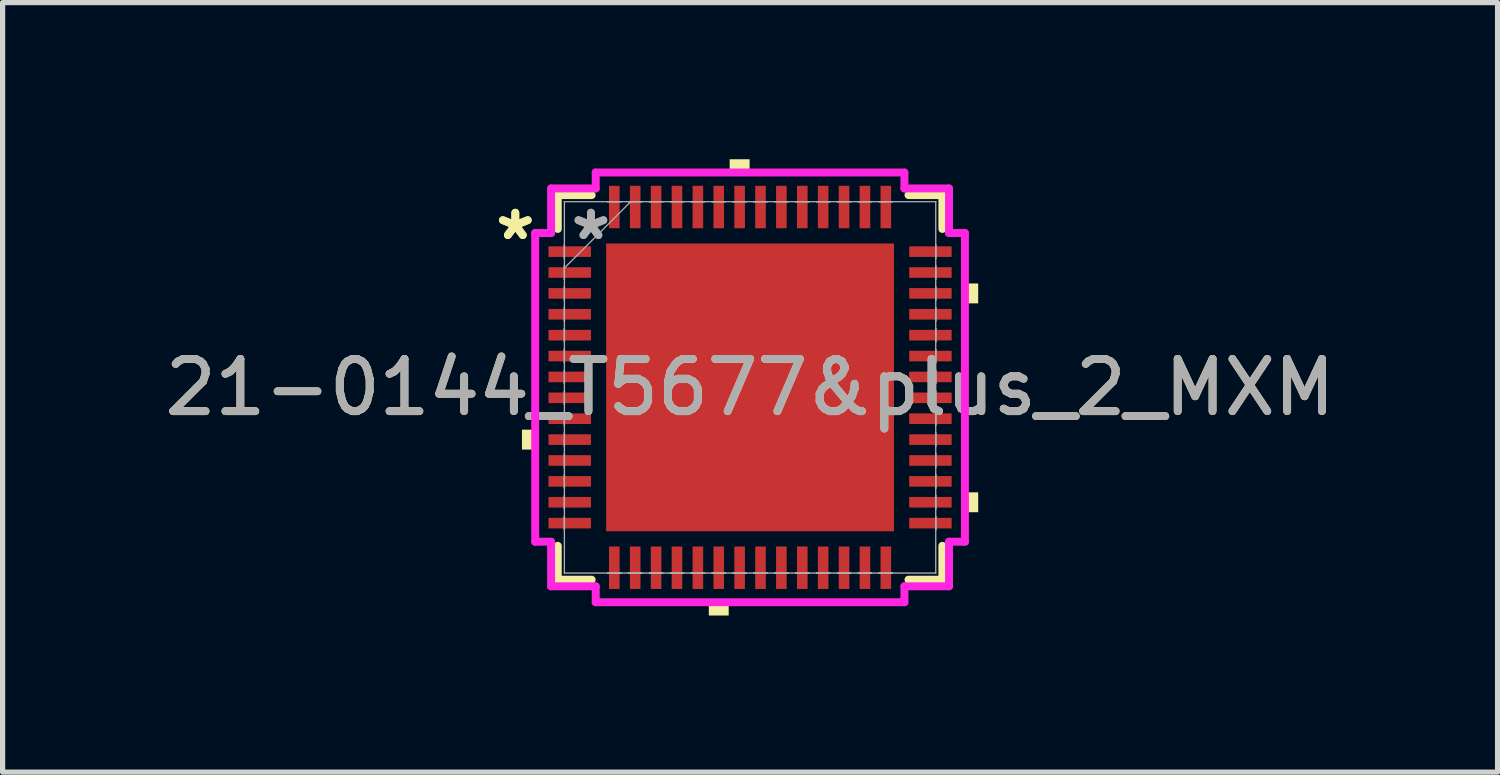
<source format=kicad_pcb>
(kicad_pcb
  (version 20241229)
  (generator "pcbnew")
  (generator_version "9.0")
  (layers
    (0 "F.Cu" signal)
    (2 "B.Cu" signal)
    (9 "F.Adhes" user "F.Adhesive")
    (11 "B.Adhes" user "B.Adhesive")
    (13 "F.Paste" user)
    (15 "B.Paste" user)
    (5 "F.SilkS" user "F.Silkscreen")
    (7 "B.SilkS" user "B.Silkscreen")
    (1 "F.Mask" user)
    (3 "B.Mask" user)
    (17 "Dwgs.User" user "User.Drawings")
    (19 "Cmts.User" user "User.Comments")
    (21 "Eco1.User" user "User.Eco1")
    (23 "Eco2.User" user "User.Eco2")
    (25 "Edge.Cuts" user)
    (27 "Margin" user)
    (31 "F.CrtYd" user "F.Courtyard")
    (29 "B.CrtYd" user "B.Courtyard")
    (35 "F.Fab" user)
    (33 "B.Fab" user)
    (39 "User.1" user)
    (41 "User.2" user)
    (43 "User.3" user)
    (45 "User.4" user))
  (footprint "21-0144_T5677&plus_2_MXM"
    (layer "F.Cu")
    (at 11.315 4.369)
    (property "Reference" "21-0144_T5677&plus_2_MXM" (at 0 0 0) (unlocked yes) (layer "F.SilkS") (effects (font (size 1 1) (thickness 0.15))))
    (attr smd)
    (fp_line (start -3.683 -3.683) (end -3.683 -3.034) (stroke (width 0.152) (type solid)) (layer "F.SilkS"))
    (fp_line (start -3.683 3.034) (end -3.683 3.683) (stroke (width 0.152) (type solid)) (layer "F.SilkS"))
    (fp_line (start -3.683 3.683) (end -3.034 3.683) (stroke (width 0.152) (type solid)) (layer "F.SilkS"))
    (fp_line (start -3.034 -3.683) (end -3.683 -3.683) (stroke (width 0.152) (type solid)) (layer "F.SilkS"))
    (fp_line (start 3.034 3.683) (end 3.683 3.683) (stroke (width 0.152) (type solid)) (layer "F.SilkS"))
    (fp_line (start 3.683 -3.683) (end 3.034 -3.683) (stroke (width 0.152) (type solid)) (layer "F.SilkS"))
    (fp_line (start 3.683 -3.034) (end 3.683 -3.683) (stroke (width 0.152) (type solid)) (layer "F.SilkS"))
    (fp_line (start 3.683 3.683) (end 3.683 3.034) (stroke (width 0.152) (type solid)) (layer "F.SilkS"))
    (fp_poly (pts (xy -4.369 0.81) (xy -4.369 1.191) (xy -4.115 1.191) (xy -4.115 0.81)) (stroke (width 0) (type solid)) (fill yes) (layer "F.SilkS"))
    (fp_poly (pts (xy -0.79 4.115) (xy -0.79 4.369) (xy -0.409 4.369) (xy -0.409 4.115)) (stroke (width 0) (type solid)) (fill yes) (layer "F.SilkS"))
    (fp_poly (pts (xy -0.391 -4.115) (xy -0.391 -4.369) (xy -0.009 -4.369) (xy -0.009 -4.115)) (stroke (width 0) (type solid)) (fill yes) (layer "F.SilkS"))
    (fp_poly (pts (xy 4.369 -1.99) (xy 4.369 -1.609) (xy 4.115 -1.609) (xy 4.115 -1.99)) (stroke (width 0) (type solid)) (fill yes) (layer "F.SilkS"))
    (fp_poly (pts (xy 4.369 2.01) (xy 4.369 2.391) (xy 4.115 2.391) (xy 4.115 2.01)) (stroke (width 0) (type solid)) (fill yes) (layer "F.SilkS"))
    (fp_poly (pts (xy -2.656 -2.656) (xy -2.656 -1.478) (xy -1.478 -1.478) (xy -1.478 -2.656)) (stroke (width 0) (type solid)) (fill yes) (layer "F.Paste"))
    (fp_poly (pts (xy -2.656 -1.278) (xy -2.656 -0.1) (xy -1.478 -0.1) (xy -1.478 -1.278)) (stroke (width 0) (type solid)) (fill yes) (layer "F.Paste"))
    (fp_poly (pts (xy -2.656 0.1) (xy -2.656 1.278) (xy -1.478 1.278) (xy -1.478 0.1)) (stroke (width 0) (type solid)) (fill yes) (layer "F.Paste"))
    (fp_poly (pts (xy -2.656 1.478) (xy -2.656 2.656) (xy -1.478 2.656) (xy -1.478 1.478)) (stroke (width 0) (type solid)) (fill yes) (layer "F.Paste"))
    (fp_poly (pts (xy -1.278 -2.656) (xy -1.278 -1.478) (xy -0.1 -1.478) (xy -0.1 -2.656)) (stroke (width 0) (type solid)) (fill yes) (layer "F.Paste"))
    (fp_poly (pts (xy -1.278 -1.278) (xy -1.278 -0.1) (xy -0.1 -0.1) (xy -0.1 -1.278)) (stroke (width 0) (type solid)) (fill yes) (layer "F.Paste"))
    (fp_poly (pts (xy -1.278 0.1) (xy -1.278 1.278) (xy -0.1 1.278) (xy -0.1 0.1)) (stroke (width 0) (type solid)) (fill yes) (layer "F.Paste"))
    (fp_poly (pts (xy -1.278 1.478) (xy -1.278 2.656) (xy -0.1 2.656) (xy -0.1 1.478)) (stroke (width 0) (type solid)) (fill yes) (layer "F.Paste"))
    (fp_poly (pts (xy 0.1 -2.656) (xy 0.1 -1.478) (xy 1.278 -1.478) (xy 1.278 -2.656)) (stroke (width 0) (type solid)) (fill yes) (layer "F.Paste"))
    (fp_poly (pts (xy 0.1 -1.278) (xy 0.1 -0.1) (xy 1.278 -0.1) (xy 1.278 -1.278)) (stroke (width 0) (type solid)) (fill yes) (layer "F.Paste"))
    (fp_poly (pts (xy 0.1 0.1) (xy 0.1 1.278) (xy 1.278 1.278) (xy 1.278 0.1)) (stroke (width 0) (type solid)) (fill yes) (layer "F.Paste"))
    (fp_poly (pts (xy 0.1 1.478) (xy 0.1 2.656) (xy 1.278 2.656) (xy 1.278 1.478)) (stroke (width 0) (type solid)) (fill yes) (layer "F.Paste"))
    (fp_poly (pts (xy 1.478 -2.656) (xy 1.478 -1.478) (xy 2.656 -1.478) (xy 2.656 -2.656)) (stroke (width 0) (type solid)) (fill yes) (layer "F.Paste"))
    (fp_poly (pts (xy 1.478 -1.278) (xy 1.478 -0.1) (xy 2.656 -0.1) (xy 2.656 -1.278)) (stroke (width 0) (type solid)) (fill yes) (layer "F.Paste"))
    (fp_poly (pts (xy 1.478 0.1) (xy 1.478 1.278) (xy 2.656 1.278) (xy 2.656 0.1)) (stroke (width 0) (type solid)) (fill yes) (layer "F.Paste"))
    (fp_poly (pts (xy 1.478 1.478) (xy 1.478 2.656) (xy 2.656 2.656) (xy 2.656 1.478)) (stroke (width 0) (type solid)) (fill yes) (layer "F.Paste"))
    (fp_line (start -4.115 -2.956) (end -3.81 -2.956) (stroke (width 0.152) (type solid)) (layer "F.CrtYd"))
    (fp_line (start -4.115 2.956) (end -4.115 -2.956) (stroke (width 0.152) (type solid)) (layer "F.CrtYd"))
    (fp_line (start -3.81 -3.81) (end -2.956 -3.81) (stroke (width 0.152) (type solid)) (layer "F.CrtYd"))
    (fp_line (start -3.81 -2.956) (end -3.81 -3.81) (stroke (width 0.152) (type solid)) (layer "F.CrtYd"))
    (fp_line (start -3.81 2.956) (end -4.115 2.956) (stroke (width 0.152) (type solid)) (layer "F.CrtYd"))
    (fp_line (start -3.81 3.81) (end -3.81 2.956) (stroke (width 0.152) (type solid)) (layer "F.CrtYd"))
    (fp_line (start -2.956 -4.115) (end 2.956 -4.115) (stroke (width 0.152) (type solid)) (layer "F.CrtYd"))
    (fp_line (start -2.956 -3.81) (end -2.956 -4.115) (stroke (width 0.152) (type solid)) (layer "F.CrtYd"))
    (fp_line (start -2.956 3.81) (end -3.81 3.81) (stroke (width 0.152) (type solid)) (layer "F.CrtYd"))
    (fp_line (start -2.956 4.115) (end -2.956 3.81) (stroke (width 0.152) (type solid)) (layer "F.CrtYd"))
    (fp_line (start 2.956 -4.115) (end 2.956 -3.81) (stroke (width 0.152) (type solid)) (layer "F.CrtYd"))
    (fp_line (start 2.956 -3.81) (end 3.81 -3.81) (stroke (width 0.152) (type solid)) (layer "F.CrtYd"))
    (fp_line (start 2.956 3.81) (end 2.956 4.115) (stroke (width 0.152) (type solid)) (layer "F.CrtYd"))
    (fp_line (start 2.956 4.115) (end -2.956 4.115) (stroke (width 0.152) (type solid)) (layer "F.CrtYd"))
    (fp_line (start 3.81 -3.81) (end 3.81 -2.956) (stroke (width 0.152) (type solid)) (layer "F.CrtYd"))
    (fp_line (start 3.81 -2.956) (end 4.115 -2.956) (stroke (width 0.152) (type solid)) (layer "F.CrtYd"))
    (fp_line (start 3.81 2.956) (end 3.81 3.81) (stroke (width 0.152) (type solid)) (layer "F.CrtYd"))
    (fp_line (start 3.81 3.81) (end 2.956 3.81) (stroke (width 0.152) (type solid)) (layer "F.CrtYd"))
    (fp_line (start 4.115 -2.956) (end 4.115 2.956) (stroke (width 0.152) (type solid)) (layer "F.CrtYd"))
    (fp_line (start 4.115 2.956) (end 3.81 2.956) (stroke (width 0.152) (type solid)) (layer "F.CrtYd"))
    (fp_line (start -3.556 -3.556) (end -3.556 -3.556) (stroke (width 0.025) (type solid)) (layer "F.Fab"))
    (fp_line (start -3.556 -3.556) (end -3.556 3.556) (stroke (width 0.025) (type solid)) (layer "F.Fab"))
    (fp_line (start -3.556 -2.727) (end -3.556 -2.727) (stroke (width 0.025) (type solid)) (layer "F.Fab"))
    (fp_line (start -3.556 -2.727) (end -3.556 -2.473) (stroke (width 0.025) (type solid)) (layer "F.Fab"))
    (fp_line (start -3.556 -2.473) (end -3.556 -2.727) (stroke (width 0.025) (type solid)) (layer "F.Fab"))
    (fp_line (start -3.556 -2.473) (end -3.556 -2.473) (stroke (width 0.025) (type solid)) (layer "F.Fab"))
    (fp_line (start -3.556 -2.327) (end -3.556 -2.327) (stroke (width 0.025) (type solid)) (layer "F.Fab"))
    (fp_line (start -3.556 -2.327) (end -3.556 -2.073) (stroke (width 0.025) (type solid)) (layer "F.Fab"))
    (fp_line (start -3.556 -2.286) (end -2.286 -3.556) (stroke (width 0.025) (type solid)) (layer "F.Fab"))
    (fp_line (start -3.556 -2.073) (end -3.556 -2.327) (stroke (width 0.025) (type solid)) (layer "F.Fab"))
    (fp_line (start -3.556 -2.073) (end -3.556 -2.073) (stroke (width 0.025) (type solid)) (layer "F.Fab"))
    (fp_line (start -3.556 -1.927) (end -3.556 -1.927) (stroke (width 0.025) (type solid)) (layer "F.Fab"))
    (fp_line (start -3.556 -1.927) (end -3.556 -1.673) (stroke (width 0.025) (type solid)) (layer "F.Fab"))
    (fp_line (start -3.556 -1.673) (end -3.556 -1.927) (stroke (width 0.025) (type solid)) (layer "F.Fab"))
    (fp_line (start -3.556 -1.673) (end -3.556 -1.673) (stroke (width 0.025) (type solid)) (layer "F.Fab"))
    (fp_line (start -3.556 -1.527) (end -3.556 -1.527) (stroke (width 0.025) (type solid)) (layer "F.Fab"))
    (fp_line (start -3.556 -1.527) (end -3.556 -1.273) (stroke (width 0.025) (type solid)) (layer "F.Fab"))
    (fp_line (start -3.556 -1.273) (end -3.556 -1.527) (stroke (width 0.025) (type solid)) (layer "F.Fab"))
    (fp_line (start -3.556 -1.273) (end -3.556 -1.273) (stroke (width 0.025) (type solid)) (layer "F.Fab"))
    (fp_line (start -3.556 -1.127) (end -3.556 -1.127) (stroke (width 0.025) (type solid)) (layer "F.Fab"))
    (fp_line (start -3.556 -1.127) (end -3.556 -0.873) (stroke (width 0.025) (type solid)) (layer "F.Fab"))
    (fp_line (start -3.556 -0.873) (end -3.556 -1.127) (stroke (width 0.025) (type solid)) (layer "F.Fab"))
    (fp_line (start -3.556 -0.873) (end -3.556 -0.873) (stroke (width 0.025) (type solid)) (layer "F.Fab"))
    (fp_line (start -3.556 -0.727) (end -3.556 -0.727) (stroke (width 0.025) (type solid)) (layer "F.Fab"))
    (fp_line (start -3.556 -0.727) (end -3.556 -0.473) (stroke (width 0.025) (type solid)) (layer "F.Fab"))
    (fp_line (start -3.556 -0.473) (end -3.556 -0.727) (stroke (width 0.025) (type solid)) (layer "F.Fab"))
    (fp_line (start -3.556 -0.473) (end -3.556 -0.473) (stroke (width 0.025) (type solid)) (layer "F.Fab"))
    (fp_line (start -3.556 -0.327) (end -3.556 -0.327) (stroke (width 0.025) (type solid)) (layer "F.Fab"))
    (fp_line (start -3.556 -0.327) (end -3.556 -0.073) (stroke (width 0.025) (type solid)) (layer "F.Fab"))
    (fp_line (start -3.556 -0.073) (end -3.556 -0.327) (stroke (width 0.025) (type solid)) (layer "F.Fab"))
    (fp_line (start -3.556 -0.073) (end -3.556 -0.073) (stroke (width 0.025) (type solid)) (layer "F.Fab"))
    (fp_line (start -3.556 0.073) (end -3.556 0.073) (stroke (width 0.025) (type solid)) (layer "F.Fab"))
    (fp_line (start -3.556 0.073) (end -3.556 0.327) (stroke (width 0.025) (type solid)) (layer "F.Fab"))
    (fp_line (start -3.556 0.327) (end -3.556 0.073) (stroke (width 0.025) (type solid)) (layer "F.Fab"))
    (fp_line (start -3.556 0.327) (end -3.556 0.327) (stroke (width 0.025) (type solid)) (layer "F.Fab"))
    (fp_line (start -3.556 0.473) (end -3.556 0.473) (stroke (width 0.025) (type solid)) (layer "F.Fab"))
    (fp_line (start -3.556 0.473) (end -3.556 0.727) (stroke (width 0.025) (type solid)) (layer "F.Fab"))
    (fp_line (start -3.556 0.727) (end -3.556 0.473) (stroke (width 0.025) (type solid)) (layer "F.Fab"))
    (fp_line (start -3.556 0.727) (end -3.556 0.727) (stroke (width 0.025) (type solid)) (layer "F.Fab"))
    (fp_line (start -3.556 0.873) (end -3.556 0.873) (stroke (width 0.025) (type solid)) (layer "F.Fab"))
    (fp_line (start -3.556 0.873) (end -3.556 1.127) (stroke (width 0.025) (type solid)) (layer "F.Fab"))
    (fp_line (start -3.556 1.127) (end -3.556 0.873) (stroke (width 0.025) (type solid)) (layer "F.Fab"))
    (fp_line (start -3.556 1.127) (end -3.556 1.127) (stroke (width 0.025) (type solid)) (layer "F.Fab"))
    (fp_line (start -3.556 1.273) (end -3.556 1.273) (stroke (width 0.025) (type solid)) (layer "F.Fab"))
    (fp_line (start -3.556 1.273) (end -3.556 1.527) (stroke (width 0.025) (type solid)) (layer "F.Fab"))
    (fp_line (start -3.556 1.527) (end -3.556 1.273) (stroke (width 0.025) (type solid)) (layer "F.Fab"))
    (fp_line (start -3.556 1.527) (end -3.556 1.527) (stroke (width 0.025) (type solid)) (layer "F.Fab"))
    (fp_line (start -3.556 1.673) (end -3.556 1.673) (stroke (width 0.025) (type solid)) (layer "F.Fab"))
    (fp_line (start -3.556 1.673) (end -3.556 1.927) (stroke (width 0.025) (type solid)) (layer "F.Fab"))
    (fp_line (start -3.556 1.927) (end -3.556 1.673) (stroke (width 0.025) (type solid)) (layer "F.Fab"))
    (fp_line (start -3.556 1.927) (end -3.556 1.927) (stroke (width 0.025) (type solid)) (layer "F.Fab"))
    (fp_line (start -3.556 2.073) (end -3.556 2.073) (stroke (width 0.025) (type solid)) (layer "F.Fab"))
    (fp_line (start -3.556 2.073) (end -3.556 2.327) (stroke (width 0.025) (type solid)) (layer "F.Fab"))
    (fp_line (start -3.556 2.327) (end -3.556 2.073) (stroke (width 0.025) (type solid)) (layer "F.Fab"))
    (fp_line (start -3.556 2.327) (end -3.556 2.327) (stroke (width 0.025) (type solid)) (layer "F.Fab"))
    (fp_line (start -3.556 2.473) (end -3.556 2.473) (stroke (width 0.025) (type solid)) (layer "F.Fab"))
    (fp_line (start -3.556 2.473) (end -3.556 2.727) (stroke (width 0.025) (type solid)) (layer "F.Fab"))
    (fp_line (start -3.556 2.727) (end -3.556 2.473) (stroke (width 0.025) (type solid)) (layer "F.Fab"))
    (fp_line (start -3.556 2.727) (end -3.556 2.727) (stroke (width 0.025) (type solid)) (layer "F.Fab"))
    (fp_line (start -3.556 3.556) (end -3.556 3.556) (stroke (width 0.025) (type solid)) (layer "F.Fab"))
    (fp_line (start -3.556 3.556) (end 3.556 3.556) (stroke (width 0.025) (type solid)) (layer "F.Fab"))
    (fp_line (start -2.727 -3.556) (end -2.727 -3.556) (stroke (width 0.025) (type solid)) (layer "F.Fab"))
    (fp_line (start -2.727 -3.556) (end -2.473 -3.556) (stroke (width 0.025) (type solid)) (layer "F.Fab"))
    (fp_line (start -2.727 3.556) (end -2.727 3.556) (stroke (width 0.025) (type solid)) (layer "F.Fab"))
    (fp_line (start -2.727 3.556) (end -2.473 3.556) (stroke (width 0.025) (type solid)) (layer "F.Fab"))
    (fp_line (start -2.473 -3.556) (end -2.727 -3.556) (stroke (width 0.025) (type solid)) (layer "F.Fab"))
    (fp_line (start -2.473 -3.556) (end -2.473 -3.556) (stroke (width 0.025) (type solid)) (layer "F.Fab"))
    (fp_line (start -2.473 3.556) (end -2.727 3.556) (stroke (width 0.025) (type solid)) (layer "F.Fab"))
    (fp_line (start -2.473 3.556) (end -2.473 3.556) (stroke (width 0.025) (type solid)) (layer "F.Fab"))
    (fp_line (start -2.327 -3.556) (end -2.327 -3.556) (stroke (width 0.025) (type solid)) (layer "F.Fab"))
    (fp_line (start -2.327 -3.556) (end -2.073 -3.556) (stroke (width 0.025) (type solid)) (layer "F.Fab"))
    (fp_line (start -2.327 3.556) (end -2.327 3.556) (stroke (width 0.025) (type solid)) (layer "F.Fab"))
    (fp_line (start -2.327 3.556) (end -2.073 3.556) (stroke (width 0.025) (type solid)) (layer "F.Fab"))
    (fp_line (start -2.073 -3.556) (end -2.327 -3.556) (stroke (width 0.025) (type solid)) (layer "F.Fab"))
    (fp_line (start -2.073 -3.556) (end -2.073 -3.556) (stroke (width 0.025) (type solid)) (layer "F.Fab"))
    (fp_line (start -2.073 3.556) (end -2.327 3.556) (stroke (width 0.025) (type solid)) (layer "F.Fab"))
    (fp_line (start -2.073 3.556) (end -2.073 3.556) (stroke (width 0.025) (type solid)) (layer "F.Fab"))
    (fp_line (start -1.927 -3.556) (end -1.927 -3.556) (stroke (width 0.025) (type solid)) (layer "F.Fab"))
    (fp_line (start -1.927 -3.556) (end -1.673 -3.556) (stroke (width 0.025) (type solid)) (layer "F.Fab"))
    (fp_line (start -1.927 3.556) (end -1.927 3.556) (stroke (width 0.025) (type solid)) (layer "F.Fab"))
    (fp_line (start -1.927 3.556) (end -1.673 3.556) (stroke (width 0.025) (type solid)) (layer "F.Fab"))
    (fp_line (start -1.673 -3.556) (end -1.927 -3.556) (stroke (width 0.025) (type solid)) (layer "F.Fab"))
    (fp_line (start -1.673 -3.556) (end -1.673 -3.556) (stroke (width 0.025) (type solid)) (layer "F.Fab"))
    (fp_line (start -1.673 3.556) (end -1.927 3.556) (stroke (width 0.025) (type solid)) (layer "F.Fab"))
    (fp_line (start -1.673 3.556) (end -1.673 3.556) (stroke (width 0.025) (type solid)) (layer "F.Fab"))
    (fp_line (start -1.527 -3.556) (end -1.527 -3.556) (stroke (width 0.025) (type solid)) (layer "F.Fab"))
    (fp_line (start -1.527 -3.556) (end -1.273 -3.556) (stroke (width 0.025) (type solid)) (layer "F.Fab"))
    (fp_line (start -1.527 3.556) (end -1.527 3.556) (stroke (width 0.025) (type solid)) (layer "F.Fab"))
    (fp_line (start -1.527 3.556) (end -1.273 3.556) (stroke (width 0.025) (type solid)) (layer "F.Fab"))
    (fp_line (start -1.273 -3.556) (end -1.527 -3.556) (stroke (width 0.025) (type solid)) (layer "F.Fab"))
    (fp_line (start -1.273 -3.556) (end -1.273 -3.556) (stroke (width 0.025) (type solid)) (layer "F.Fab"))
    (fp_line (start -1.273 3.556) (end -1.527 3.556) (stroke (width 0.025) (type solid)) (layer "F.Fab"))
    (fp_line (start -1.273 3.556) (end -1.273 3.556) (stroke (width 0.025) (type solid)) (layer "F.Fab"))
    (fp_line (start -1.127 -3.556) (end -1.127 -3.556) (stroke (width 0.025) (type solid)) (layer "F.Fab"))
    (fp_line (start -1.127 -3.556) (end -0.873 -3.556) (stroke (width 0.025) (type solid)) (layer "F.Fab"))
    (fp_line (start -1.127 3.556) (end -1.127 3.556) (stroke (width 0.025) (type solid)) (layer "F.Fab"))
    (fp_line (start -1.127 3.556) (end -0.873 3.556) (stroke (width 0.025) (type solid)) (layer "F.Fab"))
    (fp_line (start -0.873 -3.556) (end -1.127 -3.556) (stroke (width 0.025) (type solid)) (layer "F.Fab"))
    (fp_line (start -0.873 -3.556) (end -0.873 -3.556) (stroke (width 0.025) (type solid)) (layer "F.Fab"))
    (fp_line (start -0.873 3.556) (end -1.127 3.556) (stroke (width 0.025) (type solid)) (layer "F.Fab"))
    (fp_line (start -0.873 3.556) (end -0.873 3.556) (stroke (width 0.025) (type solid)) (layer "F.Fab"))
    (fp_line (start -0.727 -3.556) (end -0.727 -3.556) (stroke (width 0.025) (type solid)) (layer "F.Fab"))
    (fp_line (start -0.727 -3.556) (end -0.473 -3.556) (stroke (width 0.025) (type solid)) (layer "F.Fab"))
    (fp_line (start -0.727 3.556) (end -0.727 3.556) (stroke (width 0.025) (type solid)) (layer "F.Fab"))
    (fp_line (start -0.727 3.556) (end -0.473 3.556) (stroke (width 0.025) (type solid)) (layer "F.Fab"))
    (fp_line (start -0.473 -3.556) (end -0.727 -3.556) (stroke (width 0.025) (type solid)) (layer "F.Fab"))
    (fp_line (start -0.473 -3.556) (end -0.473 -3.556) (stroke (width 0.025) (type solid)) (layer "F.Fab"))
    (fp_line (start -0.473 3.556) (end -0.727 3.556) (stroke (width 0.025) (type solid)) (layer "F.Fab"))
    (fp_line (start -0.473 3.556) (end -0.473 3.556) (stroke (width 0.025) (type solid)) (layer "F.Fab"))
    (fp_line (start -0.327 -3.556) (end -0.327 -3.556) (stroke (width 0.025) (type solid)) (layer "F.Fab"))
    (fp_line (start -0.327 -3.556) (end -0.073 -3.556) (stroke (width 0.025) (type solid)) (layer "F.Fab"))
    (fp_line (start -0.327 3.556) (end -0.327 3.556) (stroke (width 0.025) (type solid)) (layer "F.Fab"))
    (fp_line (start -0.327 3.556) (end -0.073 3.556) (stroke (width 0.025) (type solid)) (layer "F.Fab"))
    (fp_line (start -0.073 -3.556) (end -0.327 -3.556) (stroke (width 0.025) (type solid)) (layer "F.Fab"))
    (fp_line (start -0.073 -3.556) (end -0.073 -3.556) (stroke (width 0.025) (type solid)) (layer "F.Fab"))
    (fp_line (start -0.073 3.556) (end -0.327 3.556) (stroke (width 0.025) (type solid)) (layer "F.Fab"))
    (fp_line (start -0.073 3.556) (end -0.073 3.556) (stroke (width 0.025) (type solid)) (layer "F.Fab"))
    (fp_line (start 0.073 -3.556) (end 0.073 -3.556) (stroke (width 0.025) (type solid)) (layer "F.Fab"))
    (fp_line (start 0.073 -3.556) (end 0.327 -3.556) (stroke (width 0.025) (type solid)) (layer "F.Fab"))
    (fp_line (start 0.073 3.556) (end 0.073 3.556) (stroke (width 0.025) (type solid)) (layer "F.Fab"))
    (fp_line (start 0.073 3.556) (end 0.327 3.556) (stroke (width 0.025) (type solid)) (layer "F.Fab"))
    (fp_line (start 0.327 -3.556) (end 0.073 -3.556) (stroke (width 0.025) (type solid)) (layer "F.Fab"))
    (fp_line (start 0.327 -3.556) (end 0.327 -3.556) (stroke (width 0.025) (type solid)) (layer "F.Fab"))
    (fp_line (start 0.327 3.556) (end 0.073 3.556) (stroke (width 0.025) (type solid)) (layer "F.Fab"))
    (fp_line (start 0.327 3.556) (end 0.327 3.556) (stroke (width 0.025) (type solid)) (layer "F.Fab"))
    (fp_line (start 0.473 -3.556) (end 0.473 -3.556) (stroke (width 0.025) (type solid)) (layer "F.Fab"))
    (fp_line (start 0.473 -3.556) (end 0.727 -3.556) (stroke (width 0.025) (type solid)) (layer "F.Fab"))
    (fp_line (start 0.473 3.556) (end 0.473 3.556) (stroke (width 0.025) (type solid)) (layer "F.Fab"))
    (fp_line (start 0.473 3.556) (end 0.727 3.556) (stroke (width 0.025) (type solid)) (layer "F.Fab"))
    (fp_line (start 0.727 -3.556) (end 0.473 -3.556) (stroke (width 0.025) (type solid)) (layer "F.Fab"))
    (fp_line (start 0.727 -3.556) (end 0.727 -3.556) (stroke (width 0.025) (type solid)) (layer "F.Fab"))
    (fp_line (start 0.727 3.556) (end 0.473 3.556) (stroke (width 0.025) (type solid)) (layer "F.Fab"))
    (fp_line (start 0.727 3.556) (end 0.727 3.556) (stroke (width 0.025) (type solid)) (layer "F.Fab"))
    (fp_line (start 0.873 -3.556) (end 0.873 -3.556) (stroke (width 0.025) (type solid)) (layer "F.Fab"))
    (fp_line (start 0.873 -3.556) (end 1.127 -3.556) (stroke (width 0.025) (type solid)) (layer "F.Fab"))
    (fp_line (start 0.873 3.556) (end 0.873 3.556) (stroke (width 0.025) (type solid)) (layer "F.Fab"))
    (fp_line (start 0.873 3.556) (end 1.127 3.556) (stroke (width 0.025) (type solid)) (layer "F.Fab"))
    (fp_line (start 1.127 -3.556) (end 0.873 -3.556) (stroke (width 0.025) (type solid)) (layer "F.Fab"))
    (fp_line (start 1.127 -3.556) (end 1.127 -3.556) (stroke (width 0.025) (type solid)) (layer "F.Fab"))
    (fp_line (start 1.127 3.556) (end 0.873 3.556) (stroke (width 0.025) (type solid)) (layer "F.Fab"))
    (fp_line (start 1.127 3.556) (end 1.127 3.556) (stroke (width 0.025) (type solid)) (layer "F.Fab"))
    (fp_line (start 1.273 -3.556) (end 1.273 -3.556) (stroke (width 0.025) (type solid)) (layer "F.Fab"))
    (fp_line (start 1.273 -3.556) (end 1.527 -3.556) (stroke (width 0.025) (type solid)) (layer "F.Fab"))
    (fp_line (start 1.273 3.556) (end 1.273 3.556) (stroke (width 0.025) (type solid)) (layer "F.Fab"))
    (fp_line (start 1.273 3.556) (end 1.527 3.556) (stroke (width 0.025) (type solid)) (layer "F.Fab"))
    (fp_line (start 1.527 -3.556) (end 1.273 -3.556) (stroke (width 0.025) (type solid)) (layer "F.Fab"))
    (fp_line (start 1.527 -3.556) (end 1.527 -3.556) (stroke (width 0.025) (type solid)) (layer "F.Fab"))
    (fp_line (start 1.527 3.556) (end 1.273 3.556) (stroke (width 0.025) (type solid)) (layer "F.Fab"))
    (fp_line (start 1.527 3.556) (end 1.527 3.556) (stroke (width 0.025) (type solid)) (layer "F.Fab"))
    (fp_line (start 1.673 -3.556) (end 1.673 -3.556) (stroke (width 0.025) (type solid)) (layer "F.Fab"))
    (fp_line (start 1.673 -3.556) (end 1.927 -3.556) (stroke (width 0.025) (type solid)) (layer "F.Fab"))
    (fp_line (start 1.673 3.556) (end 1.673 3.556) (stroke (width 0.025) (type solid)) (layer "F.Fab"))
    (fp_line (start 1.673 3.556) (end 1.927 3.556) (stroke (width 0.025) (type solid)) (layer "F.Fab"))
    (fp_line (start 1.927 -3.556) (end 1.673 -3.556) (stroke (width 0.025) (type solid)) (layer "F.Fab"))
    (fp_line (start 1.927 -3.556) (end 1.927 -3.556) (stroke (width 0.025) (type solid)) (layer "F.Fab"))
    (fp_line (start 1.927 3.556) (end 1.673 3.556) (stroke (width 0.025) (type solid)) (layer "F.Fab"))
    (fp_line (start 1.927 3.556) (end 1.927 3.556) (stroke (width 0.025) (type solid)) (layer "F.Fab"))
    (fp_line (start 2.073 -3.556) (end 2.073 -3.556) (stroke (width 0.025) (type solid)) (layer "F.Fab"))
    (fp_line (start 2.073 -3.556) (end 2.327 -3.556) (stroke (width 0.025) (type solid)) (layer "F.Fab"))
    (fp_line (start 2.073 3.556) (end 2.073 3.556) (stroke (width 0.025) (type solid)) (layer "F.Fab"))
    (fp_line (start 2.073 3.556) (end 2.327 3.556) (stroke (width 0.025) (type solid)) (layer "F.Fab"))
    (fp_line (start 2.327 -3.556) (end 2.073 -3.556) (stroke (width 0.025) (type solid)) (layer "F.Fab"))
    (fp_line (start 2.327 -3.556) (end 2.327 -3.556) (stroke (width 0.025) (type solid)) (layer "F.Fab"))
    (fp_line (start 2.327 3.556) (end 2.073 3.556) (stroke (width 0.025) (type solid)) (layer "F.Fab"))
    (fp_line (start 2.327 3.556) (end 2.327 3.556) (stroke (width 0.025) (type solid)) (layer "F.Fab"))
    (fp_line (start 2.473 -3.556) (end 2.473 -3.556) (stroke (width 0.025) (type solid)) (layer "F.Fab"))
    (fp_line (start 2.473 -3.556) (end 2.727 -3.556) (stroke (width 0.025) (type solid)) (layer "F.Fab"))
    (fp_line (start 2.473 3.556) (end 2.473 3.556) (stroke (width 0.025) (type solid)) (layer "F.Fab"))
    (fp_line (start 2.473 3.556) (end 2.727 3.556) (stroke (width 0.025) (type solid)) (layer "F.Fab"))
    (fp_line (start 2.727 -3.556) (end 2.473 -3.556) (stroke (width 0.025) (type solid)) (layer "F.Fab"))
    (fp_line (start 2.727 -3.556) (end 2.727 -3.556) (stroke (width 0.025) (type solid)) (layer "F.Fab"))
    (fp_line (start 2.727 3.556) (end 2.473 3.556) (stroke (width 0.025) (type solid)) (layer "F.Fab"))
    (fp_line (start 2.727 3.556) (end 2.727 3.556) (stroke (width 0.025) (type solid)) (layer "F.Fab"))
    (fp_line (start 3.556 -3.556) (end -3.556 -3.556) (stroke (width 0.025) (type solid)) (layer "F.Fab"))
    (fp_line (start 3.556 -3.556) (end 3.556 -3.556) (stroke (width 0.025) (type solid)) (layer "F.Fab"))
    (fp_line (start 3.556 -2.727) (end 3.556 -2.727) (stroke (width 0.025) (type solid)) (layer "F.Fab"))
    (fp_line (start 3.556 -2.727) (end 3.556 -2.473) (stroke (width 0.025) (type solid)) (layer "F.Fab"))
    (fp_line (start 3.556 -2.473) (end 3.556 -2.727) (stroke (width 0.025) (type solid)) (layer "F.Fab"))
    (fp_line (start 3.556 -2.473) (end 3.556 -2.473) (stroke (width 0.025) (type solid)) (layer "F.Fab"))
    (fp_line (start 3.556 -2.327) (end 3.556 -2.327) (stroke (width 0.025) (type solid)) (layer "F.Fab"))
    (fp_line (start 3.556 -2.327) (end 3.556 -2.073) (stroke (width 0.025) (type solid)) (layer "F.Fab"))
    (fp_line (start 3.556 -2.073) (end 3.556 -2.327) (stroke (width 0.025) (type solid)) (layer "F.Fab"))
    (fp_line (start 3.556 -2.073) (end 3.556 -2.073) (stroke (width 0.025) (type solid)) (layer "F.Fab"))
    (fp_line (start 3.556 -1.927) (end 3.556 -1.927) (stroke (width 0.025) (type solid)) (layer "F.Fab"))
    (fp_line (start 3.556 -1.927) (end 3.556 -1.673) (stroke (width 0.025) (type solid)) (layer "F.Fab"))
    (fp_line (start 3.556 -1.673) (end 3.556 -1.927) (stroke (width 0.025) (type solid)) (layer "F.Fab"))
    (fp_line (start 3.556 -1.673) (end 3.556 -1.673) (stroke (width 0.025) (type solid)) (layer "F.Fab"))
    (fp_line (start 3.556 -1.527) (end 3.556 -1.527) (stroke (width 0.025) (type solid)) (layer "F.Fab"))
    (fp_line (start 3.556 -1.527) (end 3.556 -1.273) (stroke (width 0.025) (type solid)) (layer "F.Fab"))
    (fp_line (start 3.556 -1.273) (end 3.556 -1.527) (stroke (width 0.025) (type solid)) (layer "F.Fab"))
    (fp_line (start 3.556 -1.273) (end 3.556 -1.273) (stroke (width 0.025) (type solid)) (layer "F.Fab"))
    (fp_line (start 3.556 -1.127) (end 3.556 -1.127) (stroke (width 0.025) (type solid)) (layer "F.Fab"))
    (fp_line (start 3.556 -1.127) (end 3.556 -0.873) (stroke (width 0.025) (type solid)) (layer "F.Fab"))
    (fp_line (start 3.556 -0.873) (end 3.556 -1.127) (stroke (width 0.025) (type solid)) (layer "F.Fab"))
    (fp_line (start 3.556 -0.873) (end 3.556 -0.873) (stroke (width 0.025) (type solid)) (layer "F.Fab"))
    (fp_line (start 3.556 -0.727) (end 3.556 -0.727) (stroke (width 0.025) (type solid)) (layer "F.Fab"))
    (fp_line (start 3.556 -0.727) (end 3.556 -0.473) (stroke (width 0.025) (type solid)) (layer "F.Fab"))
    (fp_line (start 3.556 -0.473) (end 3.556 -0.727) (stroke (width 0.025) (type solid)) (layer "F.Fab"))
    (fp_line (start 3.556 -0.473) (end 3.556 -0.473) (stroke (width 0.025) (type solid)) (layer "F.Fab"))
    (fp_line (start 3.556 -0.327) (end 3.556 -0.327) (stroke (width 0.025) (type solid)) (layer "F.Fab"))
    (fp_line (start 3.556 -0.327) (end 3.556 -0.073) (stroke (width 0.025) (type solid)) (layer "F.Fab"))
    (fp_line (start 3.556 -0.073) (end 3.556 -0.327) (stroke (width 0.025) (type solid)) (layer "F.Fab"))
    (fp_line (start 3.556 -0.073) (end 3.556 -0.073) (stroke (width 0.025) (type solid)) (layer "F.Fab"))
    (fp_line (start 3.556 0.073) (end 3.556 0.073) (stroke (width 0.025) (type solid)) (layer "F.Fab"))
    (fp_line (start 3.556 0.073) (end 3.556 0.327) (stroke (width 0.025) (type solid)) (layer "F.Fab"))
    (fp_line (start 3.556 0.327) (end 3.556 0.073) (stroke (width 0.025) (type solid)) (layer "F.Fab"))
    (fp_line (start 3.556 0.327) (end 3.556 0.327) (stroke (width 0.025) (type solid)) (layer "F.Fab"))
    (fp_line (start 3.556 0.473) (end 3.556 0.473) (stroke (width 0.025) (type solid)) (layer "F.Fab"))
    (fp_line (start 3.556 0.473) (end 3.556 0.727) (stroke (width 0.025) (type solid)) (layer "F.Fab"))
    (fp_line (start 3.556 0.727) (end 3.556 0.473) (stroke (width 0.025) (type solid)) (layer "F.Fab"))
    (fp_line (start 3.556 0.727) (end 3.556 0.727) (stroke (width 0.025) (type solid)) (layer "F.Fab"))
    (fp_line (start 3.556 0.873) (end 3.556 0.873) (stroke (width 0.025) (type solid)) (layer "F.Fab"))
    (fp_line (start 3.556 0.873) (end 3.556 1.127) (stroke (width 0.025) (type solid)) (layer "F.Fab"))
    (fp_line (start 3.556 1.127) (end 3.556 0.873) (stroke (width 0.025) (type solid)) (layer "F.Fab"))
    (fp_line (start 3.556 1.127) (end 3.556 1.127) (stroke (width 0.025) (type solid)) (layer "F.Fab"))
    (fp_line (start 3.556 1.273) (end 3.556 1.273) (stroke (width 0.025) (type solid)) (layer "F.Fab"))
    (fp_line (start 3.556 1.273) (end 3.556 1.527) (stroke (width 0.025) (type solid)) (layer "F.Fab"))
    (fp_line (start 3.556 1.527) (end 3.556 1.273) (stroke (width 0.025) (type solid)) (layer "F.Fab"))
    (fp_line (start 3.556 1.527) (end 3.556 1.527) (stroke (width 0.025) (type solid)) (layer "F.Fab"))
    (fp_line (start 3.556 1.673) (end 3.556 1.673) (stroke (width 0.025) (type solid)) (layer "F.Fab"))
    (fp_line (start 3.556 1.673) (end 3.556 1.927) (stroke (width 0.025) (type solid)) (layer "F.Fab"))
    (fp_line (start 3.556 1.927) (end 3.556 1.673) (stroke (width 0.025) (type solid)) (layer "F.Fab"))
    (fp_line (start 3.556 1.927) (end 3.556 1.927) (stroke (width 0.025) (type solid)) (layer "F.Fab"))
    (fp_line (start 3.556 2.073) (end 3.556 2.073) (stroke (width 0.025) (type solid)) (layer "F.Fab"))
    (fp_line (start 3.556 2.073) (end 3.556 2.327) (stroke (width 0.025) (type solid)) (layer "F.Fab"))
    (fp_line (start 3.556 2.327) (end 3.556 2.073) (stroke (width 0.025) (type solid)) (layer "F.Fab"))
    (fp_line (start 3.556 2.327) (end 3.556 2.327) (stroke (width 0.025) (type solid)) (layer "F.Fab"))
    (fp_line (start 3.556 2.473) (end 3.556 2.473) (stroke (width 0.025) (type solid)) (layer "F.Fab"))
    (fp_line (start 3.556 2.473) (end 3.556 2.727) (stroke (width 0.025) (type solid)) (layer "F.Fab"))
    (fp_line (start 3.556 2.727) (end 3.556 2.473) (stroke (width 0.025) (type solid)) (layer "F.Fab"))
    (fp_line (start 3.556 2.727) (end 3.556 2.727) (stroke (width 0.025) (type solid)) (layer "F.Fab"))
    (fp_line (start 3.556 3.556) (end 3.556 -3.556) (stroke (width 0.025) (type solid)) (layer "F.Fab"))
    (fp_line (start 3.556 3.556) (end 3.556 3.556) (stroke (width 0.025) (type solid)) (layer "F.Fab"))
    (fp_text user "*" (at -4.496 -2.8 0) (layer "F.SilkS") (effects (font (size 1 1) (thickness 0.15))))
    (fp_text user "*" (at -4.496 -2.8 0) (unlocked yes) (layer "F.SilkS") (effects (font (size 1 1) (thickness 0.15))))
    (fp_text user "${REFERENCE}" (at 0 0 0) (unlocked yes) (layer "F.Fab") (effects (font (size 1 1) (thickness 0.15))))
    (fp_text user "*" (at -3.048 -2.8 0) (layer "F.Fab") (effects (font (size 1 1) (thickness 0.15))))
    (fp_text user "*" (at -3.048 -2.8 0) (unlocked yes) (layer "F.Fab") (effects (font (size 1 1) (thickness 0.15))))
    (pad "1" smd rect (at -3.454 -2.6 90) (size 0.203 0.813) (layers "F.Cu" "F.Mask" "F.Paste"))
    (pad "2" smd rect (at -3.454 -2.2 90) (size 0.203 0.813) (layers "F.Cu" "F.Mask" "F.Paste"))
    (pad "3" smd rect (at -3.454 -1.8 90) (size 0.203 0.813) (layers "F.Cu" "F.Mask" "F.Paste"))
    (pad "4" smd rect (at -3.454 -1.4 90) (size 0.203 0.813) (layers "F.Cu" "F.Mask" "F.Paste"))
    (pad "5" smd rect (at -3.454 -1 90) (size 0.203 0.813) (layers "F.Cu" "F.Mask" "F.Paste"))
    (pad "6" smd rect (at -3.454 -0.6 90) (size 0.203 0.813) (layers "F.Cu" "F.Mask" "F.Paste"))
    (pad "7" smd rect (at -3.454 -0.2 90) (size 0.203 0.813) (layers "F.Cu" "F.Mask" "F.Paste"))
    (pad "8" smd rect (at -3.454 0.2 90) (size 0.203 0.813) (layers "F.Cu" "F.Mask" "F.Paste"))
    (pad "9" smd rect (at -3.454 0.6 90) (size 0.203 0.813) (layers "F.Cu" "F.Mask" "F.Paste"))
    (pad "10" smd rect (at -3.454 1 90) (size 0.203 0.813) (layers "F.Cu" "F.Mask" "F.Paste"))
    (pad "11" smd rect (at -3.454 1.4 90) (size 0.203 0.813) (layers "F.Cu" "F.Mask" "F.Paste"))
    (pad "12" smd rect (at -3.454 1.8 90) (size 0.203 0.813) (layers "F.Cu" "F.Mask" "F.Paste"))
    (pad "13" smd rect (at -3.454 2.2 90) (size 0.203 0.813) (layers "F.Cu" "F.Mask" "F.Paste"))
    (pad "14" smd rect (at -3.454 2.6 90) (size 0.203 0.813) (layers "F.Cu" "F.Mask" "F.Paste"))
    (pad "15" smd rect (at -2.6 3.454) (size 0.203 0.813) (layers "F.Cu" "F.Mask" "F.Paste"))
    (pad "16" smd rect (at -2.2 3.454) (size 0.203 0.813) (layers "F.Cu" "F.Mask" "F.Paste"))
    (pad "17" smd rect (at -1.8 3.454) (size 0.203 0.813) (layers "F.Cu" "F.Mask" "F.Paste"))
    (pad "18" smd rect (at -1.4 3.454) (size 0.203 0.813) (layers "F.Cu" "F.Mask" "F.Paste"))
    (pad "19" smd rect (at -1 3.454) (size 0.203 0.813) (layers "F.Cu" "F.Mask" "F.Paste"))
    (pad "20" smd rect (at -0.6 3.454) (size 0.203 0.813) (layers "F.Cu" "F.Mask" "F.Paste"))
    (pad "21" smd rect (at -0.2 3.454) (size 0.203 0.813) (layers "F.Cu" "F.Mask" "F.Paste"))
    (pad "22" smd rect (at 0.2 3.454) (size 0.203 0.813) (layers "F.Cu" "F.Mask" "F.Paste"))
    (pad "23" smd rect (at 0.6 3.454) (size 0.203 0.813) (layers "F.Cu" "F.Mask" "F.Paste"))
    (pad "24" smd rect (at 1 3.454) (size 0.203 0.813) (layers "F.Cu" "F.Mask" "F.Paste"))
    (pad "25" smd rect (at 1.4 3.454) (size 0.203 0.813) (layers "F.Cu" "F.Mask" "F.Paste"))
    (pad "26" smd rect (at 1.8 3.454) (size 0.203 0.813) (layers "F.Cu" "F.Mask" "F.Paste"))
    (pad "27" smd rect (at 2.2 3.454) (size 0.203 0.813) (layers "F.Cu" "F.Mask" "F.Paste"))
    (pad "28" smd rect (at 2.6 3.454) (size 0.203 0.813) (layers "F.Cu" "F.Mask" "F.Paste"))
    (pad "29" smd rect (at 3.454 2.6 90) (size 0.203 0.813) (layers "F.Cu" "F.Mask" "F.Paste"))
    (pad "30" smd rect (at 3.454 2.2 90) (size 0.203 0.813) (layers "F.Cu" "F.Mask" "F.Paste"))
    (pad "31" smd rect (at 3.454 1.8 90) (size 0.203 0.813) (layers "F.Cu" "F.Mask" "F.Paste"))
    (pad "32" smd rect (at 3.454 1.4 90) (size 0.203 0.813) (layers "F.Cu" "F.Mask" "F.Paste"))
    (pad "33" smd rect (at 3.454 1 90) (size 0.203 0.813) (layers "F.Cu" "F.Mask" "F.Paste"))
    (pad "34" smd rect (at 3.454 0.6 90) (size 0.203 0.813) (layers "F.Cu" "F.Mask" "F.Paste"))
    (pad "35" smd rect (at 3.454 0.2 90) (size 0.203 0.813) (layers "F.Cu" "F.Mask" "F.Paste"))
    (pad "36" smd rect (at 3.454 -0.2 90) (size 0.203 0.813) (layers "F.Cu" "F.Mask" "F.Paste"))
    (pad "37" smd rect (at 3.454 -0.6 90) (size 0.203 0.813) (layers "F.Cu" "F.Mask" "F.Paste"))
    (pad "38" smd rect (at 3.454 -1 90) (size 0.203 0.813) (layers "F.Cu" "F.Mask" "F.Paste"))
    (pad "39" smd rect (at 3.454 -1.4 90) (size 0.203 0.813) (layers "F.Cu" "F.Mask" "F.Paste"))
    (pad "40" smd rect (at 3.454 -1.8 90) (size 0.203 0.813) (layers "F.Cu" "F.Mask" "F.Paste"))
    (pad "41" smd rect (at 3.454 -2.2 90) (size 0.203 0.813) (layers "F.Cu" "F.Mask" "F.Paste"))
    (pad "42" smd rect (at 3.454 -2.6 90) (size 0.203 0.813) (layers "F.Cu" "F.Mask" "F.Paste"))
    (pad "43" smd rect (at 2.6 -3.454) (size 0.203 0.813) (layers "F.Cu" "F.Mask" "F.Paste"))
    (pad "44" smd rect (at 2.2 -3.454) (size 0.203 0.813) (layers "F.Cu" "F.Mask" "F.Paste"))
    (pad "45" smd rect (at 1.8 -3.454) (size 0.203 0.813) (layers "F.Cu" "F.Mask" "F.Paste"))
    (pad "46" smd rect (at 1.4 -3.454) (size 0.203 0.813) (layers "F.Cu" "F.Mask" "F.Paste"))
    (pad "47" smd rect (at 1 -3.454) (size 0.203 0.813) (layers "F.Cu" "F.Mask" "F.Paste"))
    (pad "48" smd rect (at 0.6 -3.454) (size 0.203 0.813) (layers "F.Cu" "F.Mask" "F.Paste"))
    (pad "49" smd rect (at 0.2 -3.454) (size 0.203 0.813) (layers "F.Cu" "F.Mask" "F.Paste"))
    (pad "50" smd rect (at -0.2 -3.454) (size 0.203 0.813) (layers "F.Cu" "F.Mask" "F.Paste"))
    (pad "51" smd rect (at -0.6 -3.454) (size 0.203 0.813) (layers "F.Cu" "F.Mask" "F.Paste"))
    (pad "52" smd rect (at -1 -3.454) (size 0.203 0.813) (layers "F.Cu" "F.Mask" "F.Paste"))
    (pad "53" smd rect (at -1.4 -3.454) (size 0.203 0.813) (layers "F.Cu" "F.Mask" "F.Paste"))
    (pad "54" smd rect (at -1.8 -3.454) (size 0.203 0.813) (layers "F.Cu" "F.Mask" "F.Paste"))
    (pad "55" smd rect (at -2.2 -3.454) (size 0.203 0.813) (layers "F.Cu" "F.Mask" "F.Paste"))
    (pad "56" smd rect (at -2.6 -3.454) (size 0.203 0.813) (layers "F.Cu" "F.Mask" "F.Paste"))
    (pad "57" smd rect (at 0 0) (size 5.512 5.512) (layers "F.Cu" "F.Mask" "F.Paste")))
  (gr_rect
    (start -3 -3)
    (end 25.631 11.738)
    (stroke (width 0.1) (type default))
    (fill no)
    (layer "Edge.Cuts")))
</source>
